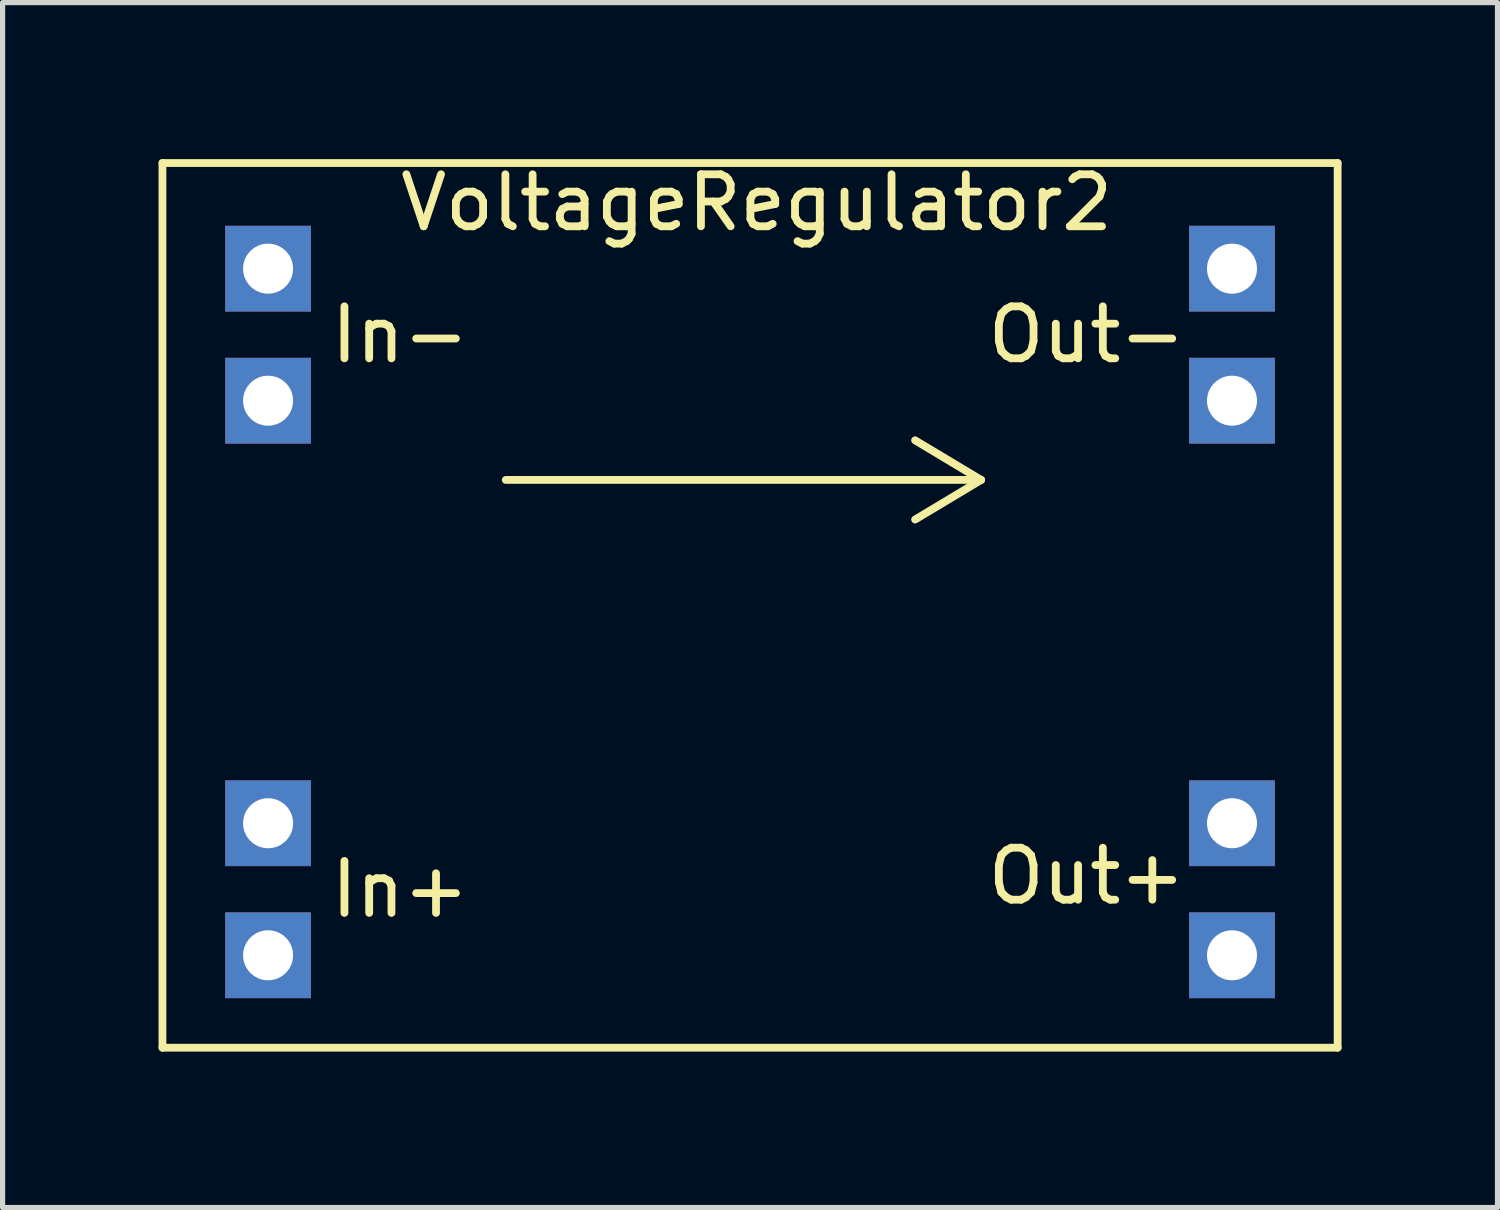
<source format=kicad_pcb>
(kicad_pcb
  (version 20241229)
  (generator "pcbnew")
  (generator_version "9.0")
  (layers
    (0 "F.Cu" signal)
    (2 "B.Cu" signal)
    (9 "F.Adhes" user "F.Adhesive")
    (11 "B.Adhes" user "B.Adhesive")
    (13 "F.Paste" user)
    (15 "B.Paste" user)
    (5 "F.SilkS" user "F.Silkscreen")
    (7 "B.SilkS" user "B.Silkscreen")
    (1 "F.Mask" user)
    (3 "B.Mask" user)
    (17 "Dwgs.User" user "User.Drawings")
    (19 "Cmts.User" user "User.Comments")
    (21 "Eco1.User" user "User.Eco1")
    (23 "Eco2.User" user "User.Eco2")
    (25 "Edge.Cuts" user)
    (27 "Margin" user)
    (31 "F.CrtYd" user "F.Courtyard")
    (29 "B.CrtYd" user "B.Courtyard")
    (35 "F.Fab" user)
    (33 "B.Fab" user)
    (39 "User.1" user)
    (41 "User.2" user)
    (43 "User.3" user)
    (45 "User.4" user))
  (footprint "VoltageRegulator2"
    (layer "F.Cu")
    (at 2.107 15.326)
    (property "Reference" "VoltageRegulator2" (at 9.398 -14.478 0) (layer "F.SilkS") (effects (font (size 1 1) (thickness 0.15))))
    (attr through_hole)
    (fp_line (start -2.032 -15.24) (end 20.574 -15.24) (stroke (width 0.15) (type solid)) (layer "F.SilkS"))
    (fp_line (start -2.032 1.778) (end -2.032 -15.24) (stroke (width 0.15) (type solid)) (layer "F.SilkS"))
    (fp_line (start 4.572 -9.144) (end 13.716 -9.144) (stroke (width 0.15) (type solid)) (layer "F.SilkS"))
    (fp_line (start 13.716 -9.144) (end 12.446 -9.906) (stroke (width 0.15) (type solid)) (layer "F.SilkS"))
    (fp_line (start 13.716 -9.144) (end 12.446 -8.382) (stroke (width 0.15) (type solid)) (layer "F.SilkS"))
    (fp_line (start 20.574 -15.24) (end 20.574 1.778) (stroke (width 0.15) (type solid)) (layer "F.SilkS"))
    (fp_line (start 20.574 1.778) (end -2.032 1.778) (stroke (width 0.15) (type solid)) (layer "F.SilkS"))
    (fp_text user "In-" (at 2.54 -11.938 0) (layer "F.SilkS") (effects (font (size 1 1) (thickness 0.15))))
    (fp_text user "Out+" (at 15.748 -1.524 0) (layer "F.SilkS") (effects (font (size 1 1) (thickness 0.15))))
    (fp_text user "In+" (at 2.54 -1.27 0) (layer "F.SilkS") (effects (font (size 1 1) (thickness 0.15))))
    (fp_text user "Out-" (at 15.748 -11.938 0) (layer "F.SilkS") (effects (font (size 1 1) (thickness 0.15))))
    (pad "GNDin" thru_hole rect (at 0 -13.208) (size 1.65 1.65) (drill 0.962) (layers "*.Cu" "*.Mask"))
    (pad "GNDin" thru_hole rect (at 0 -10.668) (size 1.65 1.65) (drill 0.962) (layers "*.Cu" "*.Mask"))
    (pad "GNDout" thru_hole rect (at 18.542 -13.208) (size 1.65 1.65) (drill 0.962) (layers "*.Cu" "*.Mask"))
    (pad "GNDout" thru_hole rect (at 18.542 -10.668) (size 1.65 1.65) (drill 0.962) (layers "*.Cu" "*.Mask"))
    (pad "Vin" thru_hole rect (at 0 -2.54) (size 1.65 1.65) (drill 0.962) (layers "*.Cu" "*.Mask"))
    (pad "Vin" thru_hole rect (at 0 0) (size 1.65 1.65) (drill 0.962) (layers "*.Cu" "*.Mask"))
    (pad "Vout" thru_hole rect (at 18.542 -2.54) (size 1.65 1.65) (drill 0.962) (layers "*.Cu" "*.Mask"))
    (pad "Vout" thru_hole rect (at 18.542 0) (size 1.65 1.65) (drill 0.962) (layers "*.Cu" "*.Mask")))
  (gr_rect
    (start -3 -3)
    (end 25.756 20.179)
    (stroke (width 0.1) (type default))
    (fill no)
    (layer "Edge.Cuts")))
</source>
